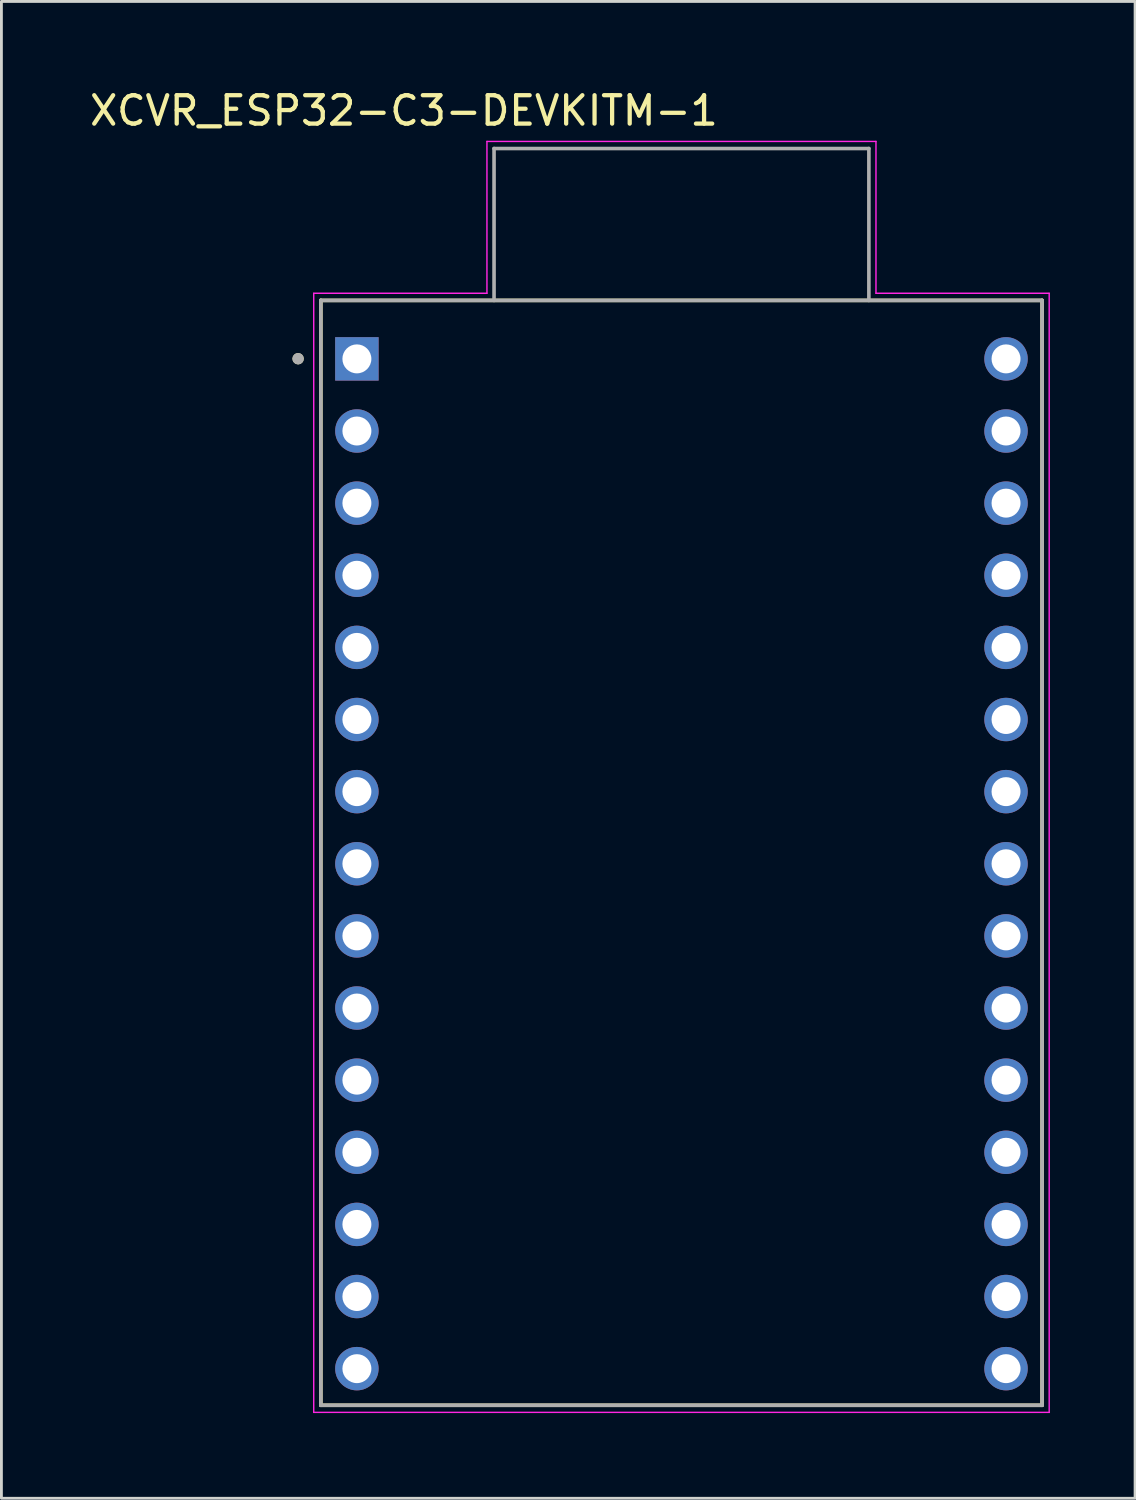
<source format=kicad_pcb>
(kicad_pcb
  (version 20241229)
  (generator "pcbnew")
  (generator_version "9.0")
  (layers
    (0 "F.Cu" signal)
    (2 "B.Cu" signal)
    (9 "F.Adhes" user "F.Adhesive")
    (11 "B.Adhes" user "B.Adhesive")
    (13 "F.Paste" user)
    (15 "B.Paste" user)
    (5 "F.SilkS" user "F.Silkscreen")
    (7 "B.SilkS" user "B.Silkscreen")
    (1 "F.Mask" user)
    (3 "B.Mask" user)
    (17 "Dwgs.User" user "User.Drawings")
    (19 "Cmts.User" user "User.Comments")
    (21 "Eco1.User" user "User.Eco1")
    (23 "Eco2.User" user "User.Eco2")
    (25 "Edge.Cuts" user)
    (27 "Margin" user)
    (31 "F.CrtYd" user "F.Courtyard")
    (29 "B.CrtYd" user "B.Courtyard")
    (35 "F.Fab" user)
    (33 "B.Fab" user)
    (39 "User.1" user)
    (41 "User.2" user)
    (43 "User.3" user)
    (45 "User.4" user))
  (footprint "XCVR_ESP32-C3-DEVKITM-1"
    (layer "F.Cu")
    (at 20.948 26.983)
    (property "Reference" "XCVR_ESP32-C3-DEVKITM-1" (at -9.775 -26.135 0) (layer "F.SilkS") (effects (font (size 1 1) (thickness 0.15))))
    (attr through_hole)
    (fp_line (start -12.7 -19.455) (end 12.7 -19.455) (stroke (width 0.127) (type solid)) (layer "F.SilkS"))
    (fp_line (start -12.7 19.455) (end -12.7 -19.455) (stroke (width 0.127) (type solid)) (layer "F.SilkS"))
    (fp_line (start 12.7 -19.455) (end 12.7 19.455) (stroke (width 0.127) (type solid)) (layer "F.SilkS"))
    (fp_line (start 12.7 19.455) (end -12.7 19.455) (stroke (width 0.127) (type solid)) (layer "F.SilkS"))
    (fp_circle (center -13.5 -17.4) (end -13.4 -17.4) (stroke (width 0.2) (type solid)) (fill no) (layer "F.SilkS"))
    (fp_line (start -12.95 -19.705) (end -12.95 19.705) (stroke (width 0.05) (type solid)) (layer "F.CrtYd"))
    (fp_line (start -12.95 19.705) (end 12.95 19.705) (stroke (width 0.05) (type solid)) (layer "F.CrtYd"))
    (fp_line (start -6.85 -25.053) (end -6.85 -19.705) (stroke (width 0.05) (type solid)) (layer "F.CrtYd"))
    (fp_line (start -6.85 -19.705) (end -12.95 -19.705) (stroke (width 0.05) (type solid)) (layer "F.CrtYd"))
    (fp_line (start 6.85 -25.053) (end -6.85 -25.053) (stroke (width 0.05) (type solid)) (layer "F.CrtYd"))
    (fp_line (start 6.85 -19.705) (end 6.85 -25.053) (stroke (width 0.05) (type solid)) (layer "F.CrtYd"))
    (fp_line (start 12.95 -19.705) (end 6.85 -19.705) (stroke (width 0.05) (type solid)) (layer "F.CrtYd"))
    (fp_line (start 12.95 19.705) (end 12.95 -19.705) (stroke (width 0.05) (type solid)) (layer "F.CrtYd"))
    (fp_line (start -12.7 -19.455) (end -6.6 -19.455) (stroke (width 0.127) (type solid)) (layer "F.Fab"))
    (fp_line (start -12.7 19.455) (end -12.7 -19.455) (stroke (width 0.127) (type solid)) (layer "F.Fab"))
    (fp_line (start -6.6 -24.803) (end 6.6 -24.803) (stroke (width 0.127) (type solid)) (layer "F.Fab"))
    (fp_line (start -6.6 -19.455) (end -6.6 -24.803) (stroke (width 0.127) (type solid)) (layer "F.Fab"))
    (fp_line (start -6.6 -19.455) (end 6.6 -19.455) (stroke (width 0.127) (type solid)) (layer "F.Fab"))
    (fp_line (start 6.6 -24.803) (end 6.6 -19.455) (stroke (width 0.127) (type solid)) (layer "F.Fab"))
    (fp_line (start 6.6 -19.455) (end 12.7 -19.455) (stroke (width 0.127) (type solid)) (layer "F.Fab"))
    (fp_line (start 12.7 -19.455) (end 12.7 19.455) (stroke (width 0.127) (type solid)) (layer "F.Fab"))
    (fp_line (start 12.7 19.455) (end -12.7 19.455) (stroke (width 0.127) (type solid)) (layer "F.Fab"))
    (fp_circle (center -13.5 -17.4) (end -13.4 -17.4) (stroke (width 0.2) (type solid)) (fill no) (layer "F.Fab"))
    (pad "1" thru_hole rect (at -11.43 -17.395) (size 1.53 1.53) (drill 1.02) (layers "*.Cu" "*.Mask"))
    (pad "2" thru_hole circle (at -11.43 -14.855) (size 1.53 1.53) (drill 1.02) (layers "*.Cu" "*.Mask"))
    (pad "3" thru_hole circle (at -11.43 -12.315) (size 1.53 1.53) (drill 1.02) (layers "*.Cu" "*.Mask"))
    (pad "4" thru_hole circle (at -11.43 -9.775) (size 1.53 1.53) (drill 1.02) (layers "*.Cu" "*.Mask"))
    (pad "5" thru_hole circle (at -11.43 -7.235) (size 1.53 1.53) (drill 1.02) (layers "*.Cu" "*.Mask"))
    (pad "6" thru_hole circle (at -11.43 -4.695) (size 1.53 1.53) (drill 1.02) (layers "*.Cu" "*.Mask"))
    (pad "7" thru_hole circle (at -11.43 -2.155) (size 1.53 1.53) (drill 1.02) (layers "*.Cu" "*.Mask"))
    (pad "8" thru_hole circle (at -11.43 0.385) (size 1.53 1.53) (drill 1.02) (layers "*.Cu" "*.Mask"))
    (pad "9" thru_hole circle (at -11.43 2.925) (size 1.53 1.53) (drill 1.02) (layers "*.Cu" "*.Mask"))
    (pad "10" thru_hole circle (at -11.43 5.465) (size 1.53 1.53) (drill 1.02) (layers "*.Cu" "*.Mask"))
    (pad "11" thru_hole circle (at -11.43 8.005) (size 1.53 1.53) (drill 1.02) (layers "*.Cu" "*.Mask"))
    (pad "12" thru_hole circle (at -11.43 10.545) (size 1.53 1.53) (drill 1.02) (layers "*.Cu" "*.Mask"))
    (pad "13" thru_hole circle (at -11.43 13.085) (size 1.53 1.53) (drill 1.02) (layers "*.Cu" "*.Mask"))
    (pad "14" thru_hole circle (at -11.43 15.625) (size 1.53 1.53) (drill 1.02) (layers "*.Cu" "*.Mask"))
    (pad "15" thru_hole circle (at -11.43 18.165) (size 1.53 1.53) (drill 1.02) (layers "*.Cu" "*.Mask"))
    (pad "16" thru_hole circle (at 11.43 18.165) (size 1.53 1.53) (drill 1.02) (layers "*.Cu" "*.Mask"))
    (pad "17" thru_hole circle (at 11.43 15.625) (size 1.53 1.53) (drill 1.02) (layers "*.Cu" "*.Mask"))
    (pad "18" thru_hole circle (at 11.43 13.085) (size 1.53 1.53) (drill 1.02) (layers "*.Cu" "*.Mask"))
    (pad "19" thru_hole circle (at 11.43 10.545) (size 1.53 1.53) (drill 1.02) (layers "*.Cu" "*.Mask"))
    (pad "20" thru_hole circle (at 11.43 8.005) (size 1.53 1.53) (drill 1.02) (layers "*.Cu" "*.Mask"))
    (pad "21" thru_hole circle (at 11.43 5.465) (size 1.53 1.53) (drill 1.02) (layers "*.Cu" "*.Mask"))
    (pad "22" thru_hole circle (at 11.43 2.925) (size 1.53 1.53) (drill 1.02) (layers "*.Cu" "*.Mask"))
    (pad "23" thru_hole circle (at 11.43 0.385) (size 1.53 1.53) (drill 1.02) (layers "*.Cu" "*.Mask"))
    (pad "24" thru_hole circle (at 11.43 -2.155) (size 1.53 1.53) (drill 1.02) (layers "*.Cu" "*.Mask"))
    (pad "25" thru_hole circle (at 11.43 -4.695) (size 1.53 1.53) (drill 1.02) (layers "*.Cu" "*.Mask"))
    (pad "26" thru_hole circle (at 11.43 -7.235) (size 1.53 1.53) (drill 1.02) (layers "*.Cu" "*.Mask"))
    (pad "27" thru_hole circle (at 11.43 -9.775) (size 1.53 1.53) (drill 1.02) (layers "*.Cu" "*.Mask"))
    (pad "28" thru_hole circle (at 11.43 -12.315) (size 1.53 1.53) (drill 1.02) (layers "*.Cu" "*.Mask"))
    (pad "29" thru_hole circle (at 11.43 -14.855) (size 1.53 1.53) (drill 1.02) (layers "*.Cu" "*.Mask"))
    (pad "30" thru_hole circle (at 11.43 -17.395) (size 1.53 1.53) (drill 1.02) (layers "*.Cu" "*.Mask")))
  (gr_rect
    (start -3 -3)
    (end 36.923 49.713)
    (stroke (width 0.1) (type default))
    (fill no)
    (layer "Edge.Cuts")))
</source>
